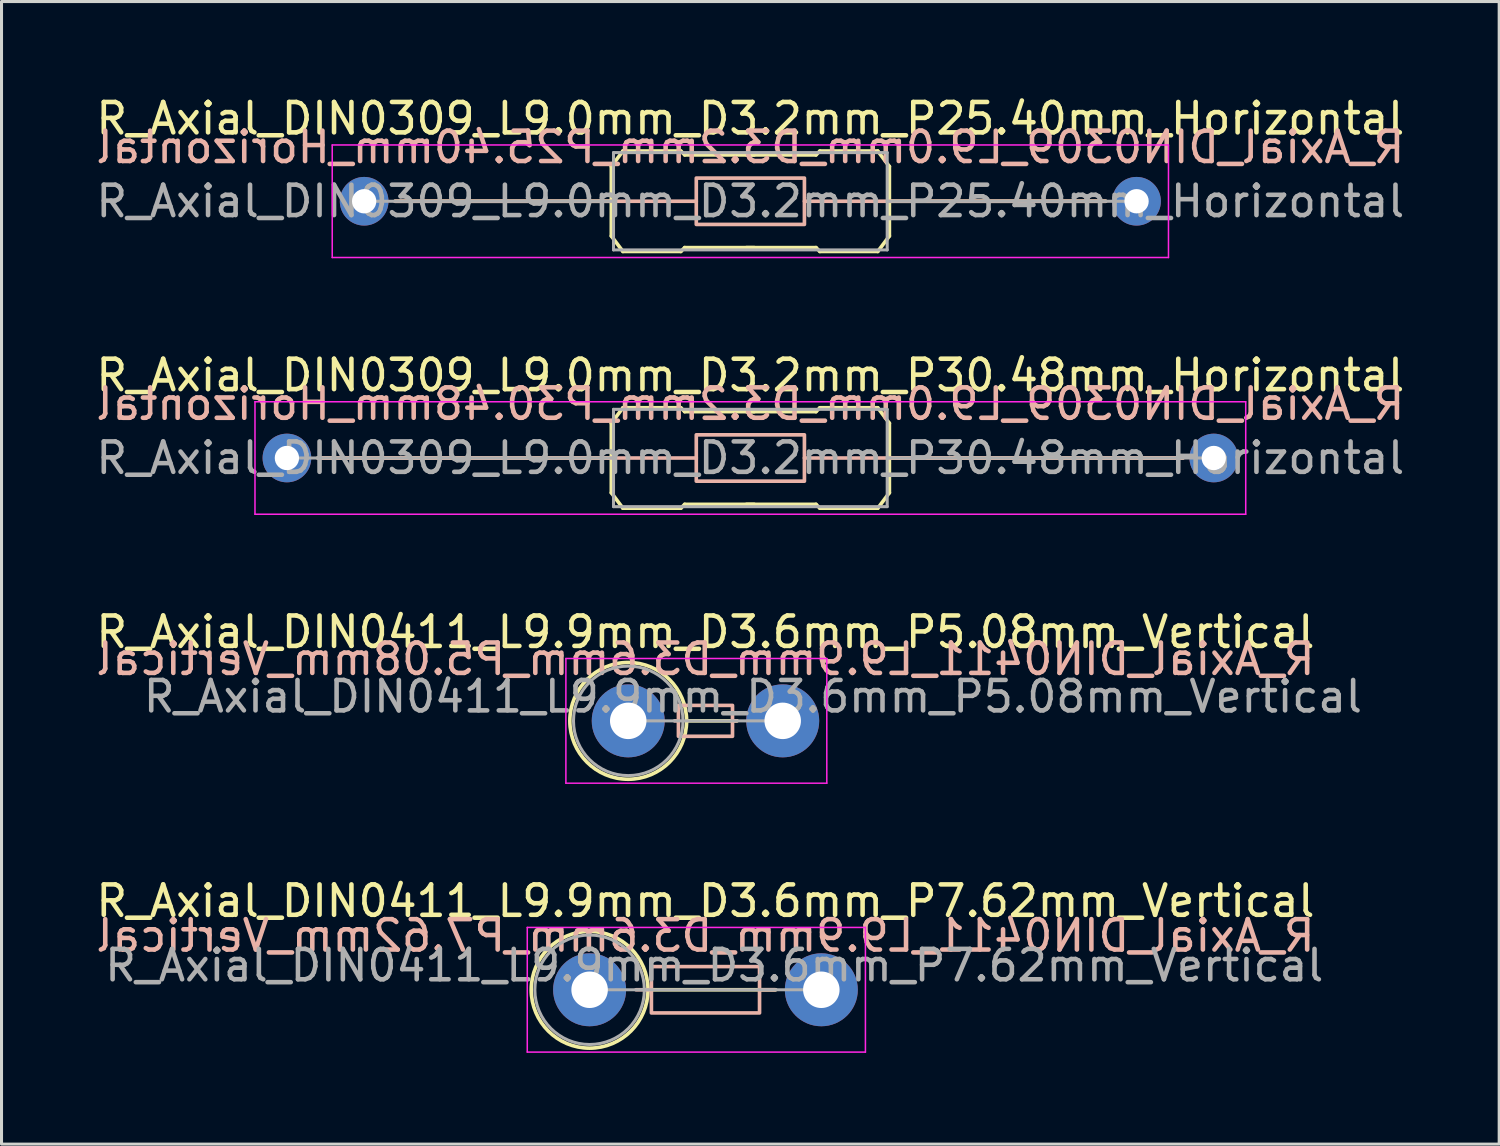
<source format=kicad_pcb>
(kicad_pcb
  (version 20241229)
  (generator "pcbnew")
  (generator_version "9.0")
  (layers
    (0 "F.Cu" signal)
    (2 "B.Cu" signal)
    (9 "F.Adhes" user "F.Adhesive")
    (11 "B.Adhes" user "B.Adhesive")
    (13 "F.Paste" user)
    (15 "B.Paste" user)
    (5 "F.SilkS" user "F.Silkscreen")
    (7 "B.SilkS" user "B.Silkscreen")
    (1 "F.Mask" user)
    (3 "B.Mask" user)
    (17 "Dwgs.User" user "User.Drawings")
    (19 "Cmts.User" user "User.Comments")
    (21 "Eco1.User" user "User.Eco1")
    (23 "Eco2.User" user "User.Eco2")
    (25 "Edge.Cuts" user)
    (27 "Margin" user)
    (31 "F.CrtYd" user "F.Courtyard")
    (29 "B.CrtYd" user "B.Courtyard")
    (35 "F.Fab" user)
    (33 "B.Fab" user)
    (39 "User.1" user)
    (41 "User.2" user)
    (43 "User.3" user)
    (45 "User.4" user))
  (footprint "R_Axial_DIN0309_L9.0mm_D3.2mm_P30.48mm_Horizontal"
    (layer "F.Cu")
    (at 6.385 12.011)
    (property "Reference" "R_Axial_DIN0309_L9.0mm_D3.2mm_P30.48mm_Horizontal" (at 15.24 -2.72 0) (layer "F.SilkS") (effects (font (size 1 1) (thickness 0.15))))
    (fp_line (start 10.668 -1.143) (end 11.049 -1.651) (stroke (width 0.12) (type solid)) (layer "F.SilkS"))
    (fp_line (start 10.668 0) (end 1.016 0) (stroke (width 0.12) (type solid)) (layer "F.SilkS"))
    (fp_line (start 10.668 1.143) (end 10.668 -1.143) (stroke (width 0.12) (type solid)) (layer "F.SilkS"))
    (fp_line (start 10.668 1.143) (end 11.049 1.651) (stroke (width 0.12) (type solid)) (layer "F.SilkS"))
    (fp_line (start 11.049 -1.651) (end 12.954 -1.651) (stroke (width 0.12) (type solid)) (layer "F.SilkS"))
    (fp_line (start 11.049 1.651) (end 12.954 1.651) (stroke (width 0.12) (type solid)) (layer "F.SilkS"))
    (fp_line (start 12.954 -1.651) (end 13.081 -1.524) (stroke (width 0.12) (type solid)) (layer "F.SilkS"))
    (fp_line (start 12.954 1.651) (end 13.081 1.524) (stroke (width 0.12) (type solid)) (layer "F.SilkS"))
    (fp_line (start 13.081 -1.524) (end 15.367 -1.524) (stroke (width 0.12) (type solid)) (layer "F.SilkS"))
    (fp_line (start 13.081 1.524) (end 15.367 1.524) (stroke (width 0.12) (type solid)) (layer "F.SilkS"))
    (fp_line (start 17.399 -1.524) (end 15.113 -1.524) (stroke (width 0.12) (type solid)) (layer "F.SilkS"))
    (fp_line (start 17.399 1.524) (end 15.113 1.524) (stroke (width 0.12) (type solid)) (layer "F.SilkS"))
    (fp_line (start 17.526 -1.651) (end 17.399 -1.524) (stroke (width 0.12) (type solid)) (layer "F.SilkS"))
    (fp_line (start 17.526 1.651) (end 17.399 1.524) (stroke (width 0.12) (type solid)) (layer "F.SilkS"))
    (fp_line (start 19.431 -1.651) (end 17.526 -1.651) (stroke (width 0.12) (type solid)) (layer "F.SilkS"))
    (fp_line (start 19.431 1.651) (end 17.526 1.651) (stroke (width 0.12) (type solid)) (layer "F.SilkS"))
    (fp_line (start 19.812 -1.143) (end 19.431 -1.651) (stroke (width 0.12) (type solid)) (layer "F.SilkS"))
    (fp_line (start 19.812 0) (end 29.464 0) (stroke (width 0.12) (type solid)) (layer "F.SilkS"))
    (fp_line (start 19.812 1.143) (end 19.431 1.651) (stroke (width 0.12) (type solid)) (layer "F.SilkS"))
    (fp_line (start 19.812 1.143) (end 19.812 -1.143) (stroke (width 0.12) (type solid)) (layer "F.SilkS"))
    (fp_line (start 13.462 0) (end 1.016 0) (stroke (width 0.12) (type solid)) (layer "B.SilkS"))
    (fp_line (start 17.018 0) (end 29.464 0) (stroke (width 0.12) (type solid)) (layer "B.SilkS"))
    (fp_rect (start 13.462 -0.762) (end 17.018 0.762) (stroke (width 0.12) (type solid)) (fill no) (layer "B.SilkS"))
    (fp_line (start -1.05 -1.85) (end -1.05 1.85) (stroke (width 0.05) (type solid)) (layer "F.CrtYd"))
    (fp_line (start -1.05 1.85) (end 31.53 1.85) (stroke (width 0.05) (type solid)) (layer "F.CrtYd"))
    (fp_line (start 31.53 -1.85) (end -1.05 -1.85) (stroke (width 0.05) (type solid)) (layer "F.CrtYd"))
    (fp_line (start 31.53 1.85) (end 31.53 -1.85) (stroke (width 0.05) (type solid)) (layer "F.CrtYd"))
    (fp_line (start 0 0) (end 10.74 0) (stroke (width 0.1) (type solid)) (layer "F.Fab"))
    (fp_line (start 10.74 -1.6) (end 10.74 1.6) (stroke (width 0.1) (type solid)) (layer "F.Fab"))
    (fp_line (start 10.74 1.6) (end 19.74 1.6) (stroke (width 0.1) (type solid)) (layer "F.Fab"))
    (fp_line (start 19.74 -1.6) (end 10.74 -1.6) (stroke (width 0.1) (type solid)) (layer "F.Fab"))
    (fp_line (start 19.74 1.6) (end 19.74 -1.6) (stroke (width 0.1) (type solid)) (layer "F.Fab"))
    (fp_line (start 30.48 0) (end 19.74 0) (stroke (width 0.1) (type solid)) (layer "F.Fab"))
    (fp_text user "${REFERENCE}" (at 15.24 -1.778 0) (layer "B.SilkS") (effects (font (size 1 1) (thickness 0.15)) (justify mirror)))
    (fp_text user "${REFERENCE}" (at 15.24 0 0) (layer "F.Fab") (effects (font (size 1 1) (thickness 0.15))))
    (pad "1" thru_hole circle (at 0 0) (size 1.6 1.6) (drill 0.8) (layers "*.Cu" "*.Mask"))
    (pad "2" thru_hole oval (at 30.48 0) (size 1.6 1.6) (drill 0.8) (layers "*.Cu" "*.Mask")))
  (footprint "R_Axial_DIN0309_L9.0mm_D3.2mm_P25.40mm_Horizontal"
    (layer "F.Cu")
    (at 8.925 3.568)
    (property "Reference" "R_Axial_DIN0309_L9.0mm_D3.2mm_P25.40mm_Horizontal" (at 12.7 -2.72 0) (layer "F.SilkS") (effects (font (size 1 1) (thickness 0.15))))
    (fp_line (start 8.128 -1.143) (end 8.509 -1.651) (stroke (width 0.12) (type solid)) (layer "F.SilkS"))
    (fp_line (start 8.128 0) (end 1.016 0) (stroke (width 0.12) (type solid)) (layer "F.SilkS"))
    (fp_line (start 8.128 1.143) (end 8.128 -1.143) (stroke (width 0.12) (type solid)) (layer "F.SilkS"))
    (fp_line (start 8.128 1.143) (end 8.509 1.651) (stroke (width 0.12) (type solid)) (layer "F.SilkS"))
    (fp_line (start 8.509 -1.651) (end 10.414 -1.651) (stroke (width 0.12) (type solid)) (layer "F.SilkS"))
    (fp_line (start 8.509 1.651) (end 10.414 1.651) (stroke (width 0.12) (type solid)) (layer "F.SilkS"))
    (fp_line (start 10.414 -1.651) (end 10.541 -1.524) (stroke (width 0.12) (type solid)) (layer "F.SilkS"))
    (fp_line (start 10.414 1.651) (end 10.541 1.524) (stroke (width 0.12) (type solid)) (layer "F.SilkS"))
    (fp_line (start 10.541 -1.524) (end 12.827 -1.524) (stroke (width 0.12) (type solid)) (layer "F.SilkS"))
    (fp_line (start 10.541 1.524) (end 12.827 1.524) (stroke (width 0.12) (type solid)) (layer "F.SilkS"))
    (fp_line (start 14.859 -1.524) (end 12.573 -1.524) (stroke (width 0.12) (type solid)) (layer "F.SilkS"))
    (fp_line (start 14.859 1.524) (end 12.573 1.524) (stroke (width 0.12) (type solid)) (layer "F.SilkS"))
    (fp_line (start 14.986 -1.651) (end 14.859 -1.524) (stroke (width 0.12) (type solid)) (layer "F.SilkS"))
    (fp_line (start 14.986 1.651) (end 14.859 1.524) (stroke (width 0.12) (type solid)) (layer "F.SilkS"))
    (fp_line (start 16.891 -1.651) (end 14.986 -1.651) (stroke (width 0.12) (type solid)) (layer "F.SilkS"))
    (fp_line (start 16.891 1.651) (end 14.986 1.651) (stroke (width 0.12) (type solid)) (layer "F.SilkS"))
    (fp_line (start 17.272 -1.143) (end 16.891 -1.651) (stroke (width 0.12) (type solid)) (layer "F.SilkS"))
    (fp_line (start 17.272 0) (end 24.384 0) (stroke (width 0.12) (type solid)) (layer "F.SilkS"))
    (fp_line (start 17.272 1.143) (end 16.891 1.651) (stroke (width 0.12) (type solid)) (layer "F.SilkS"))
    (fp_line (start 17.272 1.143) (end 17.272 -1.143) (stroke (width 0.12) (type solid)) (layer "F.SilkS"))
    (fp_line (start 10.922 0) (end 1.016 0) (stroke (width 0.12) (type solid)) (layer "B.SilkS"))
    (fp_line (start 14.478 0) (end 24.384 0) (stroke (width 0.12) (type solid)) (layer "B.SilkS"))
    (fp_rect (start 10.922 -0.762) (end 14.478 0.762) (stroke (width 0.12) (type solid)) (fill no) (layer "B.SilkS"))
    (fp_line (start -1.05 -1.85) (end -1.05 1.85) (stroke (width 0.05) (type solid)) (layer "F.CrtYd"))
    (fp_line (start -1.05 1.85) (end 26.45 1.85) (stroke (width 0.05) (type solid)) (layer "F.CrtYd"))
    (fp_line (start 26.45 -1.85) (end -1.05 -1.85) (stroke (width 0.05) (type solid)) (layer "F.CrtYd"))
    (fp_line (start 26.45 1.85) (end 26.45 -1.85) (stroke (width 0.05) (type solid)) (layer "F.CrtYd"))
    (fp_line (start 0 0) (end 8.2 0) (stroke (width 0.1) (type solid)) (layer "F.Fab"))
    (fp_line (start 8.2 -1.6) (end 8.2 1.6) (stroke (width 0.1) (type solid)) (layer "F.Fab"))
    (fp_line (start 8.2 1.6) (end 17.2 1.6) (stroke (width 0.1) (type solid)) (layer "F.Fab"))
    (fp_line (start 17.2 -1.6) (end 8.2 -1.6) (stroke (width 0.1) (type solid)) (layer "F.Fab"))
    (fp_line (start 17.2 1.6) (end 17.2 -1.6) (stroke (width 0.1) (type solid)) (layer "F.Fab"))
    (fp_line (start 25.4 0) (end 17.2 0) (stroke (width 0.1) (type solid)) (layer "F.Fab"))
    (fp_text user "${REFERENCE}" (at 12.7 -1.778 0) (layer "B.SilkS") (effects (font (size 1 1) (thickness 0.15)) (justify mirror)))
    (fp_text user "${REFERENCE}" (at 12.7 0 0) (layer "F.Fab") (effects (font (size 1 1) (thickness 0.15))))
    (pad "1" thru_hole circle (at 0 0) (size 1.6 1.6) (drill 0.8) (layers "*.Cu" "*.Mask"))
    (pad "2" thru_hole oval (at 25.4 0) (size 1.6 1.6) (drill 0.8) (layers "*.Cu" "*.Mask")))
  (footprint "R_Axial_DIN0411_L9.9mm_D3.6mm_P7.62mm_Vertical"
    (layer "F.Cu")
    (at 16.339 29.498)
    (property "Reference" "R_Axial_DIN0411_L9.9mm_D3.6mm_P7.62mm_Vertical" (at 3.81 -2.92 0) (layer "F.SilkS") (effects (font (size 1 1) (thickness 0.15))))
    (fp_line (start 1.92 0) (end 6.12 0) (stroke (width 0.12) (type solid)) (layer "F.SilkS"))
    (fp_circle (center 0 0) (end 1.92 0) (stroke (width 0.12) (type solid)) (fill no) (layer "F.SilkS"))
    (fp_line (start 2.032 0) (end 1.524 0) (stroke (width 0.12) (type solid)) (layer "B.SilkS"))
    (fp_line (start 5.588 0) (end 6.096 0) (stroke (width 0.12) (type solid)) (layer "B.SilkS"))
    (fp_rect (start 2.032 -0.762) (end 5.588 0.762) (stroke (width 0.12) (type solid)) (fill no) (layer "B.SilkS"))
    (fp_line (start -2.05 -2.05) (end -2.05 2.05) (stroke (width 0.05) (type solid)) (layer "F.CrtYd"))
    (fp_line (start -2.05 2.05) (end 9.07 2.05) (stroke (width 0.05) (type solid)) (layer "F.CrtYd"))
    (fp_line (start 9.07 -2.05) (end -2.05 -2.05) (stroke (width 0.05) (type solid)) (layer "F.CrtYd"))
    (fp_line (start 9.07 2.05) (end 9.07 -2.05) (stroke (width 0.05) (type solid)) (layer "F.CrtYd"))
    (fp_line (start 0 0) (end 7.62 0) (stroke (width 0.1) (type solid)) (layer "F.Fab"))
    (fp_circle (center 0 0) (end 1.8 0) (stroke (width 0.1) (type solid)) (fill no) (layer "F.Fab"))
    (fp_text user "${REFERENCE}" (at 3.81 -1.778 0) (layer "B.SilkS") (effects (font (size 1 1) (thickness 0.15)) (justify mirror)))
    (fp_text user "${REFERENCE}" (at 4.1 -0.8 0) (layer "F.Fab") (effects (font (size 1 1) (thickness 0.15))))
    (pad "1" thru_hole circle (at 0 0) (size 2.4 2.4) (drill 1.2) (layers "*.Cu" "*.Mask"))
    (pad "2" thru_hole oval (at 7.62 0) (size 2.4 2.4) (drill 1.2) (layers "*.Cu" "*.Mask")))
  (footprint "R_Axial_DIN0411_L9.9mm_D3.6mm_P5.08mm_Vertical"
    (layer "F.Cu")
    (at 17.609 20.655)
    (property "Reference" "R_Axial_DIN0411_L9.9mm_D3.6mm_P5.08mm_Vertical" (at 2.54 -2.92 0) (layer "F.SilkS") (effects (font (size 1 1) (thickness 0.15))))
    (fp_line (start 1.92 0) (end 3.58 0) (stroke (width 0.12) (type solid)) (layer "F.SilkS"))
    (fp_circle (center 0 0) (end 1.92 0) (stroke (width 0.12) (type solid)) (fill no) (layer "F.SilkS"))
    (fp_line (start 1.524 0) (end 1.651 0) (stroke (width 0.12) (type solid)) (layer "B.SilkS"))
    (fp_line (start 3.556 0) (end 3.429 0) (stroke (width 0.12) (type solid)) (layer "B.SilkS"))
    (fp_rect (start 1.651 -0.508) (end 3.429 0.508) (stroke (width 0.12) (type solid)) (fill no) (layer "B.SilkS"))
    (fp_line (start -2.05 -2.05) (end -2.05 2.05) (stroke (width 0.05) (type solid)) (layer "F.CrtYd"))
    (fp_line (start -2.05 2.05) (end 6.53 2.05) (stroke (width 0.05) (type solid)) (layer "F.CrtYd"))
    (fp_line (start 6.53 -2.05) (end -2.05 -2.05) (stroke (width 0.05) (type solid)) (layer "F.CrtYd"))
    (fp_line (start 6.53 2.05) (end 6.53 -2.05) (stroke (width 0.05) (type solid)) (layer "F.CrtYd"))
    (fp_line (start 0 0) (end 5.08 0) (stroke (width 0.1) (type solid)) (layer "F.Fab"))
    (fp_circle (center 0 0) (end 1.8 0) (stroke (width 0.1) (type solid)) (fill no) (layer "F.Fab"))
    (fp_text user "${REFERENCE}" (at 2.54 -2.032 0) (layer "B.SilkS") (effects (font (size 1 1) (thickness 0.15)) (justify mirror)))
    (fp_text user "${REFERENCE}" (at 4.1 -0.8 0) (layer "F.Fab") (effects (font (size 1 1) (thickness 0.15))))
    (pad "1" thru_hole circle (at 0 0) (size 2.4 2.4) (drill 1.2) (layers "*.Cu" "*.Mask"))
    (pad "2" thru_hole oval (at 5.08 0) (size 2.4 2.4) (drill 1.2) (layers "*.Cu" "*.Mask")))
  (gr_rect
    (start -3 -3)
    (end 46.25 34.573)
    (stroke (width 0.1) (type default))
    (fill no)
    (layer "Edge.Cuts")))
</source>
